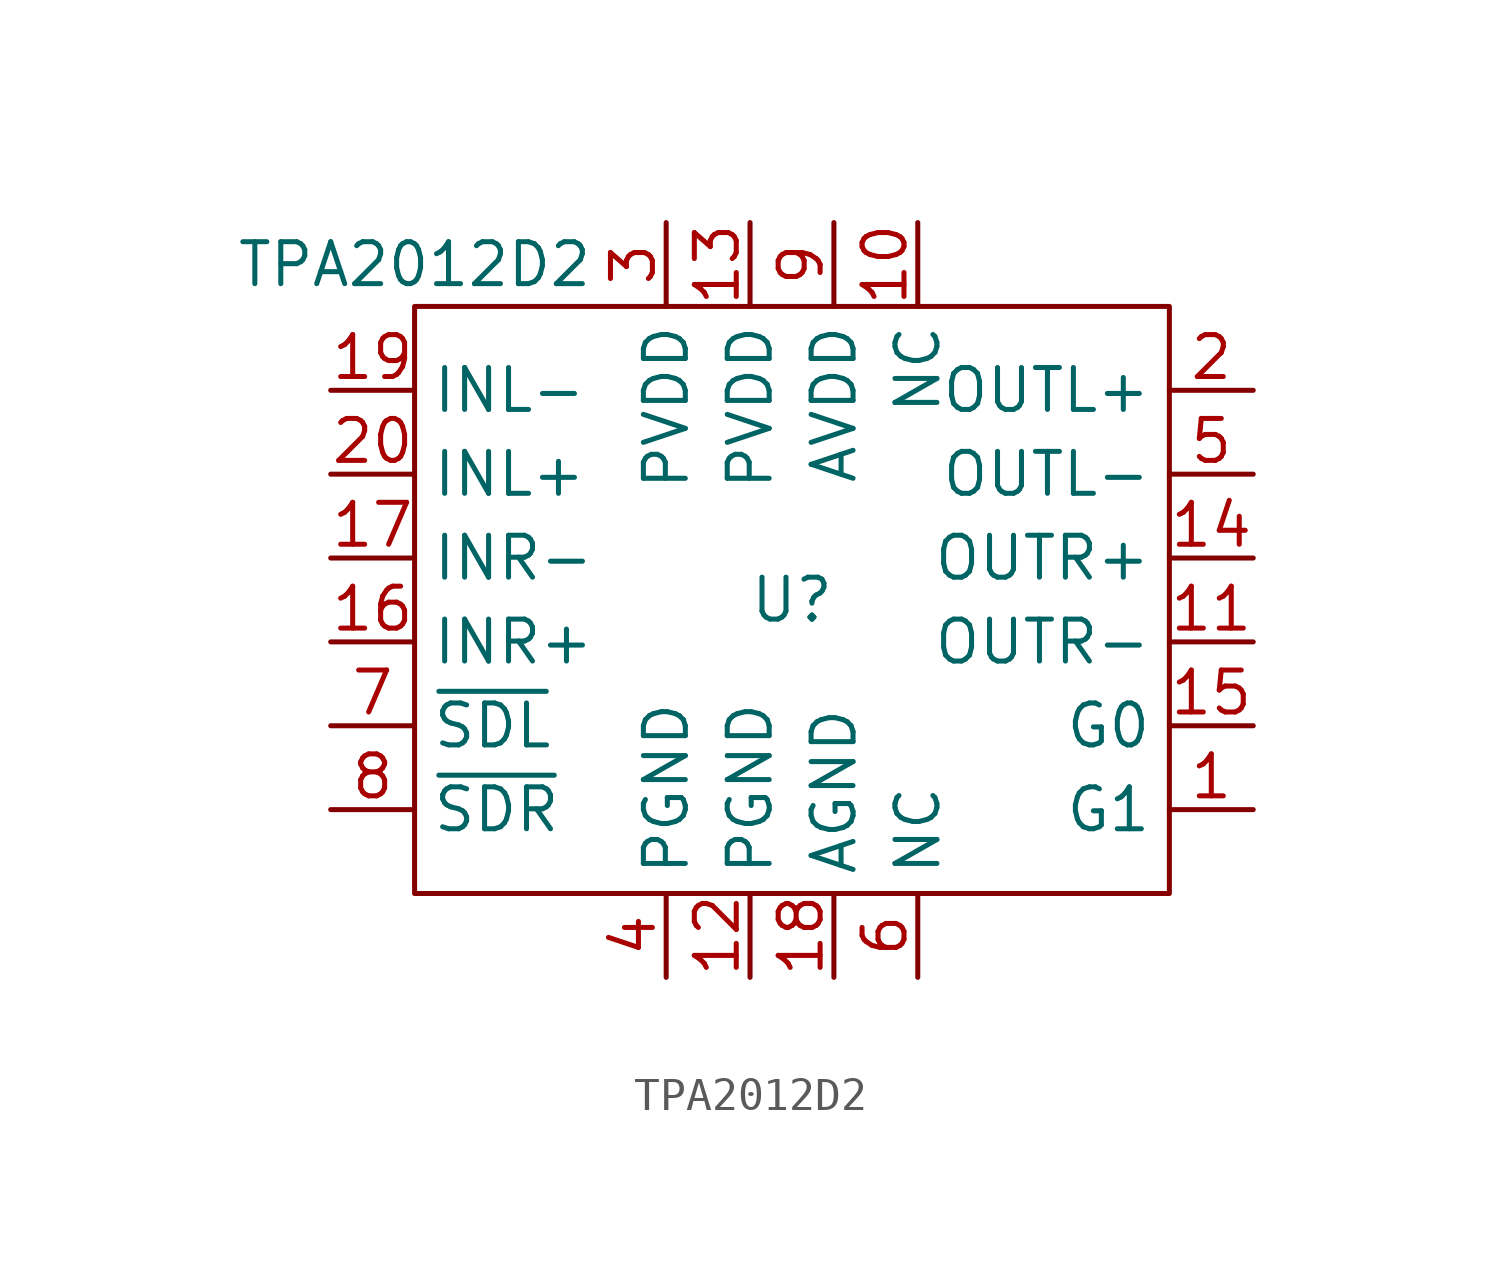
<source format=kicad_sym>
(kicad_symbol_lib
  (version 20220914)
  (generator kicad_symbol_editor)
  (symbol "TPA2012D2"
    (property "Reference" "U"
      (at 0 0 0)
      (effects (font (size 1.27 1.27))))
    (property "Value" "TPA2012D2"
      (at -11.43 10.16 0)
      (effects (font (size 1.27 1.27))))
    (symbol "TPA2012D2_0_1"
      (rectangle (start -11.43 8.89) (end 11.43 -8.89) (stroke (width 0) (type default)) (fill (type none))))
    (symbol "TPA2012D2_1_1"
      (pin input line (at 13.97 -6.35 180) (length 2.54) (name "G1" (effects (font (size 1.27 1.27)))) (number "1" (effects (font (size 1.27 1.27)))))
      (pin free line (at 3.81 11.43 270) (length 2.54) (name "NC" (effects (font (size 1.27 1.27)))) (number "10" (effects (font (size 1.27 1.27)))))
      (pin output line (at 13.97 -1.27 180) (length 2.54) (name "OUTR-" (effects (font (size 1.27 1.27)))) (number "11" (effects (font (size 1.27 1.27)))))
      (pin power_in line (at -1.27 -11.43 90) (length 2.54) (name "PGND" (effects (font (size 1.27 1.27)))) (number "12" (effects (font (size 1.27 1.27)))))
      (pin power_in line (at -1.27 11.43 270) (length 2.54) (name "PVDD" (effects (font (size 1.27 1.27)))) (number "13" (effects (font (size 1.27 1.27)))))
      (pin output line (at 13.97 1.27 180) (length 2.54) (name "OUTR+" (effects (font (size 1.27 1.27)))) (number "14" (effects (font (size 1.27 1.27)))))
      (pin input line (at 13.97 -3.81 180) (length 2.54) (name "G0" (effects (font (size 1.27 1.27)))) (number "15" (effects (font (size 1.27 1.27)))))
      (pin input line (at -13.97 -1.27 0) (length 2.54) (name "INR+" (effects (font (size 1.27 1.27)))) (number "16" (effects (font (size 1.27 1.27)))))
      (pin input line (at -13.97 1.27 0) (length 2.54) (name "INR-" (effects (font (size 1.27 1.27)))) (number "17" (effects (font (size 1.27 1.27)))))
      (pin power_in line (at 1.27 -11.43 90) (length 2.54) (name "AGND" (effects (font (size 1.27 1.27)))) (number "18" (effects (font (size 1.27 1.27)))))
      (pin input line (at -13.97 6.35 0) (length 2.54) (name "INL-" (effects (font (size 1.27 1.27)))) (number "19" (effects (font (size 1.27 1.27)))))
      (pin output line (at 13.97 6.35 180) (length 2.54) (name "OUTL+" (effects (font (size 1.27 1.27)))) (number "2" (effects (font (size 1.27 1.27)))))
      (pin input line (at -13.97 3.81 0) (length 2.54) (name "INL+" (effects (font (size 1.27 1.27)))) (number "20" (effects (font (size 1.27 1.27)))))
      (pin power_in line (at -3.81 11.43 270) (length 2.54) (name "PVDD" (effects (font (size 1.27 1.27)))) (number "3" (effects (font (size 1.27 1.27)))))
      (pin power_in line (at -3.81 -11.43 90) (length 2.54) (name "PGND" (effects (font (size 1.27 1.27)))) (number "4" (effects (font (size 1.27 1.27)))))
      (pin output line (at 13.97 3.81 180) (length 2.54) (name "OUTL-" (effects (font (size 1.27 1.27)))) (number "5" (effects (font (size 1.27 1.27)))))
      (pin free line (at 3.81 -11.43 90) (length 2.54) (name "NC" (effects (font (size 1.27 1.27)))) (number "6" (effects (font (size 1.27 1.27)))))
      (pin input line (at -13.97 -3.81 0) (length 2.54) (name "~{SDL}" (effects (font (size 1.27 1.27)))) (number "7" (effects (font (size 1.27 1.27)))))
      (pin input line (at -13.97 -6.35 0) (length 2.54) (name "~{SDR}" (effects (font (size 1.27 1.27)))) (number "8" (effects (font (size 1.27 1.27)))))
      (pin power_in line (at 1.27 11.43 270) (length 2.54) (name "AVDD" (effects (font (size 1.27 1.27)))) (number "9" (effects (font (size 1.27 1.27))))))))
</source>
